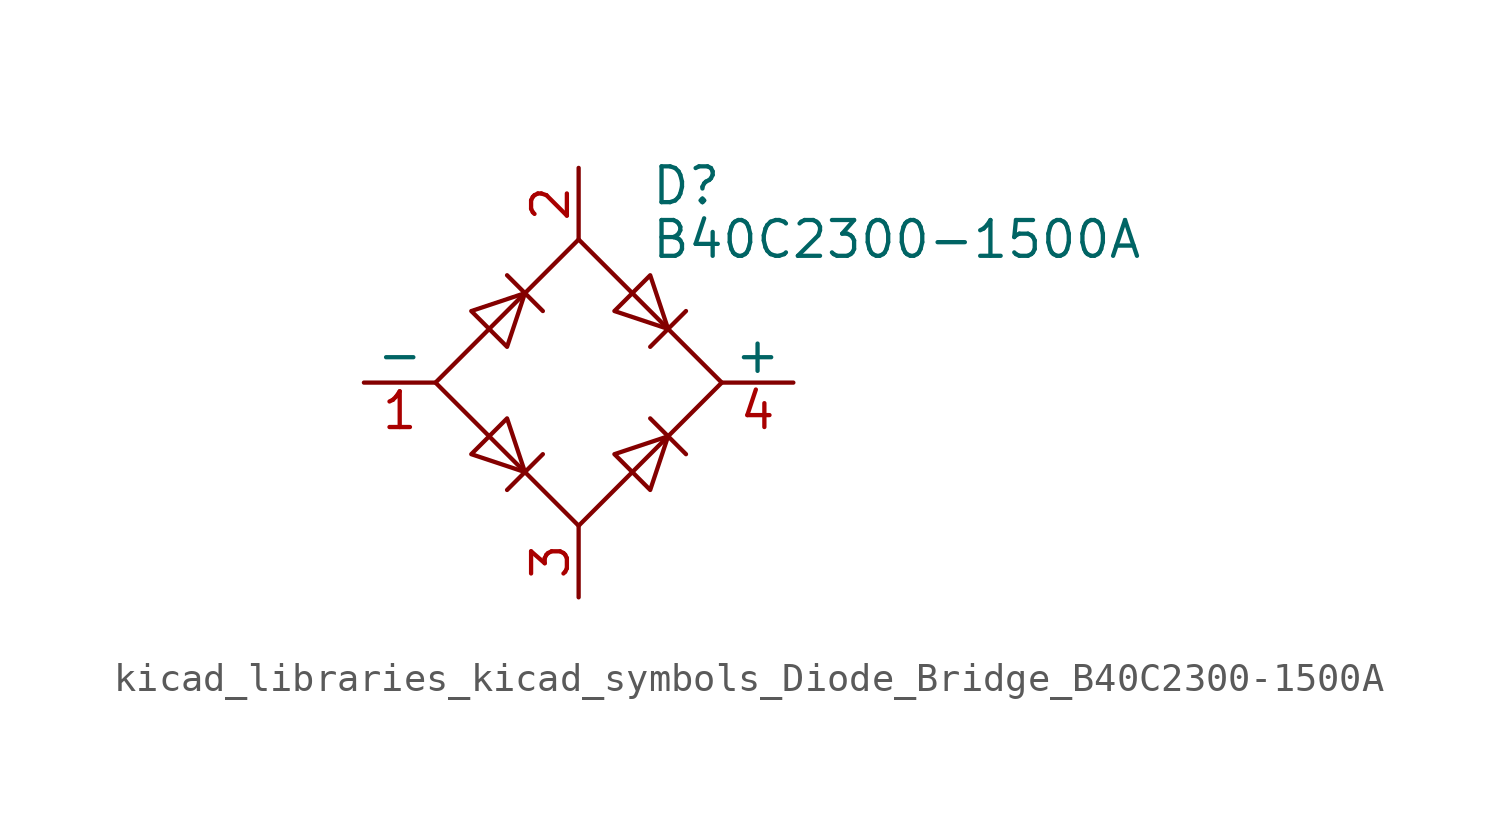
<source format=kicad_sym>
(kicad_symbol_lib
  (version 20220914)
  (generator kicad_symbol_editor)
  (symbol "kicad_libraries_kicad_symbols_Diode_Bridge_B40C2300-1500A"
    (pin_names
      (offset 0))
    (property "Reference" "D"
      (at 2.54 6.985 0)
      (effects (font (size 1.27 1.27)) (justify left)))
    (property "Value" "B40C2300-1500A"
      (at 2.54 5.08 0)
      (effects (font (size 1.27 1.27)) (justify left)))
    (symbol "kicad_libraries_kicad_symbols_Diode_Bridge_B40C2300-1500A_0_1"
      (polyline (pts (xy -2.54 3.81) (xy -1.27 2.54)) (stroke (width 0) (type default)) (fill (type none)))
      (polyline (pts (xy -1.27 -2.54) (xy -2.54 -3.81)) (stroke (width 0) (type default)) (fill (type none)))
      (polyline (pts (xy 2.54 -1.27) (xy 3.81 -2.54)) (stroke (width 0) (type default)) (fill (type none)))
      (polyline (pts (xy 2.54 1.27) (xy 3.81 2.54)) (stroke (width 0) (type default)) (fill (type none)))
      (polyline (pts (xy -3.81 2.54) (xy -2.54 1.27) (xy -1.905 3.175) (xy -3.81 2.54)) (stroke (width 0) (type default)) (fill (type none)))
      (polyline (pts (xy -2.54 -1.27) (xy -3.81 -2.54) (xy -1.905 -3.175) (xy -2.54 -1.27)) (stroke (width 0) (type default)) (fill (type none)))
      (polyline (pts (xy 1.27 2.54) (xy 2.54 3.81) (xy 3.175 1.905) (xy 1.27 2.54)) (stroke (width 0) (type default)) (fill (type none)))
      (polyline (pts (xy 3.175 -1.905) (xy 1.27 -2.54) (xy 2.54 -3.81) (xy 3.175 -1.905)) (stroke (width 0) (type default)) (fill (type none)))
      (polyline (pts (xy -5.08 0) (xy 0 -5.08) (xy 5.08 0) (xy 0 5.08) (xy -5.08 0)) (stroke (width 0) (type default)) (fill (type none))))
    (symbol "kicad_libraries_kicad_symbols_Diode_Bridge_B40C2300-1500A_1_1"
      (pin passive line (at -7.62 0 0) (length 2.54) (name "-" (effects (font (size 1.27 1.27)))) (number "1" (effects (font (size 1.27 1.27)))))
      (pin passive line (at 0 7.62 270) (length 2.54) (name "~" (effects (font (size 1.27 1.27)))) (number "2" (effects (font (size 1.27 1.27)))))
      (pin passive line (at 0 -7.62 90) (length 2.54) (name "~" (effects (font (size 1.27 1.27)))) (number "3" (effects (font (size 1.27 1.27)))))
      (pin passive line (at 7.62 0 180) (length 2.54) (name "+" (effects (font (size 1.27 1.27)))) (number "4" (effects (font (size 1.27 1.27))))))))
</source>
